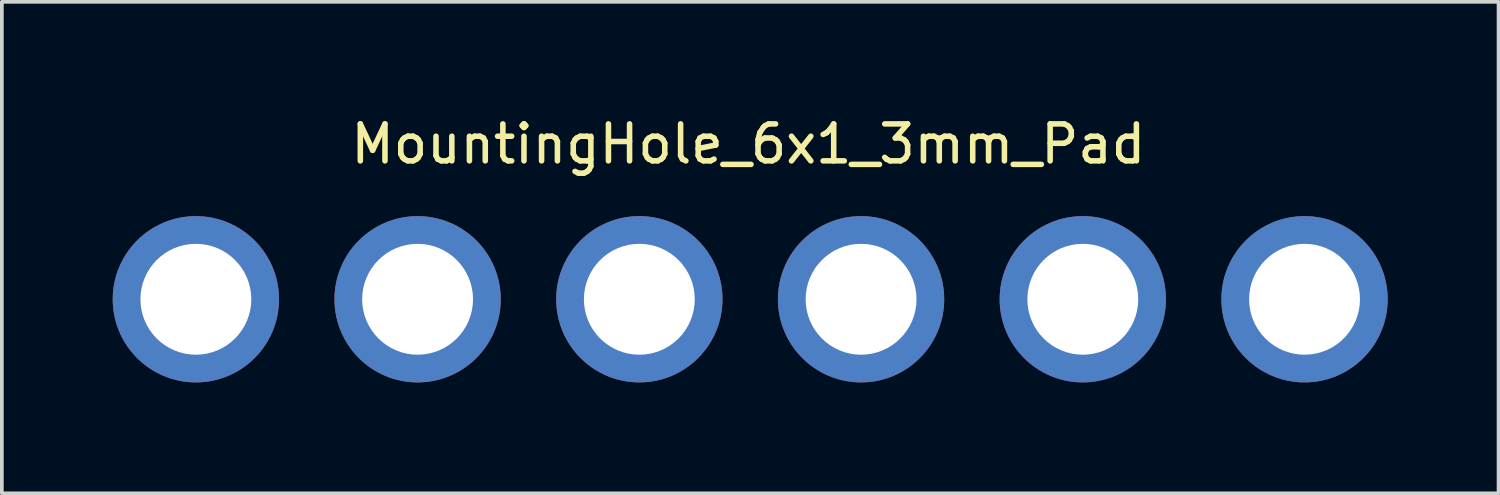
<source format=kicad_pcb>
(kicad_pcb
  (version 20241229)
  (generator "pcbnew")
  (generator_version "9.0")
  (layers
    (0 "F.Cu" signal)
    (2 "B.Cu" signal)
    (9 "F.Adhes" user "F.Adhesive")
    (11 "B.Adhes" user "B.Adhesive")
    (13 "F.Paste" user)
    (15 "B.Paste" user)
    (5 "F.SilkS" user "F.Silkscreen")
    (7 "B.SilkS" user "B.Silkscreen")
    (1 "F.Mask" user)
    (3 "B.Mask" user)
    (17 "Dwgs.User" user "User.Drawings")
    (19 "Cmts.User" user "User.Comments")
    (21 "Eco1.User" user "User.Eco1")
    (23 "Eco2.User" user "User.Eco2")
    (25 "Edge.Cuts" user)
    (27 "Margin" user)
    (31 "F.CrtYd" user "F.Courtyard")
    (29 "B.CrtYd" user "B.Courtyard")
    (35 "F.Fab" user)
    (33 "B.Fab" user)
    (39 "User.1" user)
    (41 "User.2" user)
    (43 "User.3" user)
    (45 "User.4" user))
  (footprint "MountingHole_6x1_3mm_Pad"
    (layer "F.Cu")
    (at 17.2 4.848)
    (property "Reference" "MountingHole_6x1_3mm_Pad" (at 0 -4 0) (layer "F.SilkS") (effects (font (size 1 1) (thickness 0.15))))
    (attr through_hole)
    (pad "1" thru_hole circle (at -14.95 0.2) (size 4.5 4.5) (drill 3) (layers "*.Cu" "*.Mask"))
    (pad "2" thru_hole circle (at -8.95 0.2) (size 4.5 4.5) (drill 3) (layers "*.Cu" "*.Mask"))
    (pad "3" thru_hole circle (at -2.95 0.2) (size 4.5 4.5) (drill 3) (layers "*.Cu" "*.Mask"))
    (pad "4" thru_hole circle (at 3.05 0.2) (size 4.5 4.5) (drill 3) (layers "*.Cu" "*.Mask"))
    (pad "5" thru_hole circle (at 9.05 0.2) (size 4.5 4.5) (drill 3) (layers "*.Cu" "*.Mask"))
    (pad "6" thru_hole circle (at 15.05 0.2) (size 4.5 4.5) (drill 3) (layers "*.Cu" "*.Mask")))
  (gr_rect
    (start -3 -3)
    (end 37.5 10.298)
    (stroke (width 0.1) (type default))
    (fill no)
    (layer "Edge.Cuts")))
</source>
